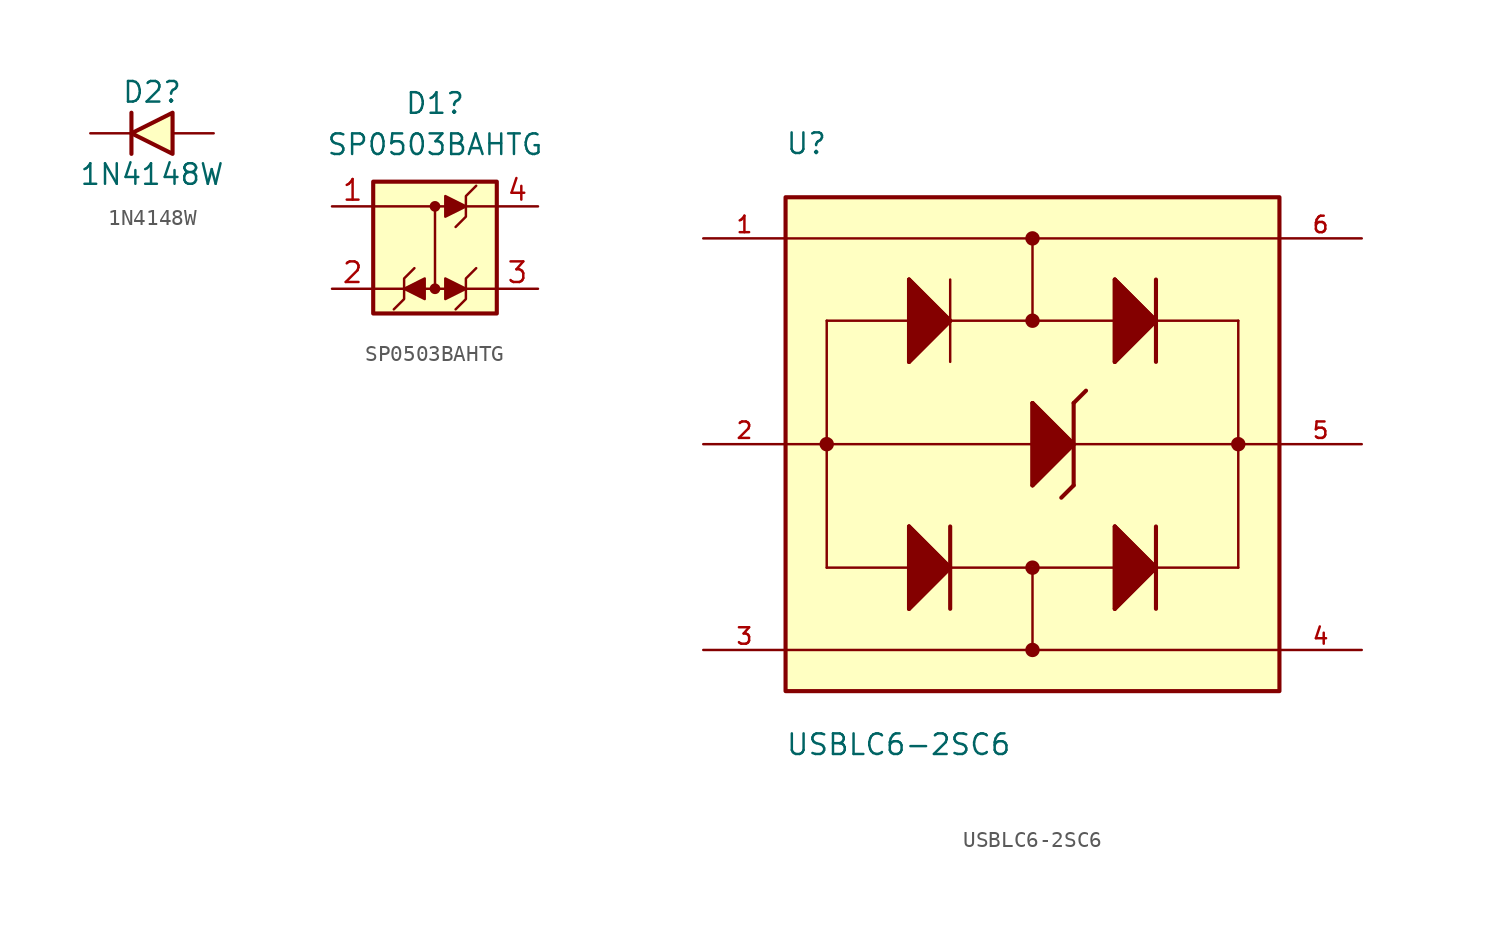
<source format=kicad_sym>
(kicad_symbol_lib
  (version 20211014)
  (generator kicad_symbol_editor)
  (symbol "1N4148W"
    (pin_numbers hide)
    (pin_names
      (offset 1.016) hide)
    (property "Reference" "D2"
      (at 0 2.54 0)
      (effects (font (size 1.27 1.27))))
    (property "Value" "1N4148W"
      (at 0 -2.54 0)
      (effects (font (size 1.27 1.27))))
    (symbol "1N4148W_0_1"
      (polyline (pts (xy -1.27 1.27) (xy -1.27 -1.27)) (stroke (width 0.254) (type default) (color 0 0 0 0)) (fill (type none)))
      (polyline (pts (xy 1.27 1.27) (xy 1.27 -1.27) (xy -1.27 0) (xy 1.27 1.27)) (stroke (width 0.254) (type default) (color 0 0 0 0)) (fill (type background))))
    (symbol "1N4148W_1_1"
      (pin passive line (at -3.81 0 0) (length 2.54) (name "K" (effects (font (size 1.27 1.27)))) (number "1" (effects (font (size 1.27 1.27)))))
      (pin passive line (at 3.81 0 180) (length 2.54) (name "A" (effects (font (size 1.27 1.27)))) (number "2" (effects (font (size 1.27 1.27)))))))
  (symbol "SP0503BAHTG"
    (pin_names
      (offset 1.016))
    (property "Reference" "D1"
      (at 0 8.89 0)
      (effects (font (size 1.27 1.27))))
    (property "Value" "SP0503BAHTG"
      (at 0 6.35 0)
      (effects (font (size 1.27 1.27))))
    (symbol "SP0503BAHTG_0_1"
      (circle (center 0 -2.54) (radius 0.254) (stroke (width 0) (type default) (color 0 0 0 0)) (fill (type outline)))
      (polyline (pts (xy -3.81 -2.54) (xy -1.905 -2.54)) (stroke (width 0) (type default) (color 0 0 0 0)) (fill (type none)))
      (polyline (pts (xy 0 -2.54) (xy 0 2.54)) (stroke (width 0) (type default) (color 0 0 0 0)) (fill (type none)))
      (polyline (pts (xy 0.635 -2.54) (xy -0.635 -2.54)) (stroke (width 0) (type default) (color 0 0 0 0)) (fill (type none)))
      (polyline (pts (xy 0.635 2.54) (xy -3.81 2.54)) (stroke (width 0) (type default) (color 0 0 0 0)) (fill (type none)))
      (polyline (pts (xy 1.905 -2.54) (xy 3.81 -2.54)) (stroke (width 0) (type default) (color 0 0 0 0)) (fill (type none)))
      (polyline (pts (xy 1.905 2.54) (xy 3.81 2.54)) (stroke (width 0) (type default) (color 0 0 0 0)) (fill (type none)))
      (polyline (pts (xy -1.905 -2.54) (xy -0.635 -1.905) (xy -0.635 -3.175) (xy -1.905 -2.54)) (stroke (width 0) (type default) (color 0 0 0 0)) (fill (type outline)))
      (polyline (pts (xy -1.27 -1.27) (xy -1.905 -1.905) (xy -1.905 -3.175) (xy -2.54 -3.81)) (stroke (width 0) (type default) (color 0 0 0 0)) (fill (type none)))
      (polyline (pts (xy 0.635 -1.905) (xy 0.635 -3.175) (xy 1.905 -2.54) (xy 0.635 -1.905)) (stroke (width 0) (type default) (color 0 0 0 0)) (fill (type outline)))
      (polyline (pts (xy 0.635 3.175) (xy 0.635 1.905) (xy 1.905 2.54) (xy 0.635 3.175)) (stroke (width 0) (type default) (color 0 0 0 0)) (fill (type outline)))
      (polyline (pts (xy 2.54 -1.27) (xy 1.905 -1.905) (xy 1.905 -3.175) (xy 1.27 -3.81)) (stroke (width 0) (type default) (color 0 0 0 0)) (fill (type none)))
      (polyline (pts (xy 2.54 3.81) (xy 1.905 3.175) (xy 1.905 1.905) (xy 1.27 1.27)) (stroke (width 0) (type default) (color 0 0 0 0)) (fill (type none)))
      (circle (center 0 2.54) (radius 0.254) (stroke (width 0) (type default) (color 0 0 0 0)) (fill (type outline)))
      (rectangle (start 3.81 4.064) (end -3.81 -4.064) (stroke (width 0.254) (type default) (color 0 0 0 0)) (fill (type background))))
    (symbol "SP0503BAHTG_1_1"
      (pin passive line (at -6.35 2.54 0) (length 2.54) (name "~" (effects (font (size 1.27 1.27)))) (number "1" (effects (font (size 1.27 1.27)))))
      (pin passive line (at -6.35 -2.54 0) (length 2.54) (name "~" (effects (font (size 1.27 1.27)))) (number "2" (effects (font (size 1.27 1.27)))))
      (pin passive line (at 6.35 -2.54 180) (length 2.54) (name "~" (effects (font (size 1.27 1.27)))) (number "3" (effects (font (size 1.27 1.27)))))
      (pin passive line (at 6.35 2.54 180) (length 2.54) (name "~" (effects (font (size 1.27 1.27)))) (number "4" (effects (font (size 1.27 1.27)))))))
  (symbol "USBLC6-2SC6"
    (pin_names
      (offset 1.016))
    (property "Reference" "U"
      (at -15.269 17.809 0)
      (effects (font (size 1.27 1.27)) (justify left bottom)))
    (property "Value" "USBLC6-2SC6"
      (at -15.256 -17.796 0)
      (effects (font (size 1.27 1.27)) (justify left top)))
    (symbol "USBLC6-2SC6_0_0"
      (rectangle (start -15.24 -15.24) (end 15.24 15.24) (stroke (width 0.254) (type default) (color 0 0 0 0)) (fill (type background)))
      (circle (center -12.7 0) (radius 0.254) (stroke (width 0.381) (type default) (color 0 0 0 0)) (fill (type none)))
      (circle (center 0 -12.7) (radius 0.254) (stroke (width 0.381) (type default) (color 0 0 0 0)) (fill (type none)))
      (circle (center 0 -7.62) (radius 0.254) (stroke (width 0.381) (type default) (color 0 0 0 0)) (fill (type none)))
      (polyline (pts (xy -15.24 -12.7) (xy 0 -12.7)) (stroke (width 0.152) (type default) (color 0 0 0 0)) (fill (type none)))
      (polyline (pts (xy -15.24 12.7) (xy 0 12.7)) (stroke (width 0.152) (type default) (color 0 0 0 0)) (fill (type none)))
      (polyline (pts (xy -12.7 -7.62) (xy -7.62 -7.62)) (stroke (width 0.152) (type default) (color 0 0 0 0)) (fill (type none)))
      (polyline (pts (xy -12.7 0) (xy -15.24 0)) (stroke (width 0.152) (type default) (color 0 0 0 0)) (fill (type none)))
      (polyline (pts (xy -12.7 0) (xy -12.7 -7.62)) (stroke (width 0.152) (type default) (color 0 0 0 0)) (fill (type none)))
      (polyline (pts (xy -12.7 0) (xy 0 0)) (stroke (width 0.152) (type default) (color 0 0 0 0)) (fill (type none)))
      (polyline (pts (xy -12.7 7.62) (xy -12.7 0)) (stroke (width 0.152) (type default) (color 0 0 0 0)) (fill (type none)))
      (polyline (pts (xy -12.7 7.62) (xy -7.62 7.62)) (stroke (width 0.152) (type default) (color 0 0 0 0)) (fill (type none)))
      (polyline (pts (xy -7.62 -10.16) (xy -7.62 -7.62)) (stroke (width 0.254) (type default) (color 0 0 0 0)) (fill (type none)))
      (polyline (pts (xy -7.62 -7.62) (xy -7.62 -5.08)) (stroke (width 0.254) (type default) (color 0 0 0 0)) (fill (type none)))
      (polyline (pts (xy -7.62 -5.08) (xy -5.08 -7.62)) (stroke (width 0.254) (type default) (color 0 0 0 0)) (fill (type none)))
      (polyline (pts (xy -7.62 5.08) (xy -7.62 7.62)) (stroke (width 0.254) (type default) (color 0 0 0 0)) (fill (type none)))
      (polyline (pts (xy -7.62 7.62) (xy -7.62 10.16)) (stroke (width 0.254) (type default) (color 0 0 0 0)) (fill (type none)))
      (polyline (pts (xy -7.62 10.16) (xy -5.08 7.62)) (stroke (width 0.254) (type default) (color 0 0 0 0)) (fill (type none)))
      (polyline (pts (xy -5.08 -7.62) (xy -7.62 -10.16)) (stroke (width 0.254) (type default) (color 0 0 0 0)) (fill (type none)))
      (polyline (pts (xy -5.08 -7.62) (xy -5.08 -10.16)) (stroke (width 0.254) (type default) (color 0 0 0 0)) (fill (type none)))
      (polyline (pts (xy -5.08 -7.62) (xy 0 -7.62)) (stroke (width 0.152) (type default) (color 0 0 0 0)) (fill (type none)))
      (polyline (pts (xy -5.08 -5.08) (xy -5.08 -7.62)) (stroke (width 0.254) (type default) (color 0 0 0 0)) (fill (type none)))
      (polyline (pts (xy -5.08 7.62) (xy -7.62 5.08)) (stroke (width 0.254) (type default) (color 0 0 0 0)) (fill (type none)))
      (polyline (pts (xy -5.08 7.62) (xy -5.08 5.08)) (stroke (width 0.152) (type default) (color 0 0 0 0)) (fill (type none)))
      (polyline (pts (xy -5.08 7.62) (xy 0 7.62)) (stroke (width 0.152) (type default) (color 0 0 0 0)) (fill (type none)))
      (polyline (pts (xy -5.08 10.16) (xy -5.08 7.62)) (stroke (width 0.152) (type default) (color 0 0 0 0)) (fill (type none)))
      (polyline (pts (xy 0 -7.62) (xy 0 -12.7)) (stroke (width 0.152) (type default) (color 0 0 0 0)) (fill (type none)))
      (polyline (pts (xy 0 -7.62) (xy 5.08 -7.62)) (stroke (width 0.152) (type default) (color 0 0 0 0)) (fill (type none)))
      (polyline (pts (xy 0 -2.54) (xy 0 0)) (stroke (width 0.254) (type default) (color 0 0 0 0)) (fill (type none)))
      (polyline (pts (xy 0 0) (xy 0 2.54)) (stroke (width 0.254) (type default) (color 0 0 0 0)) (fill (type none)))
      (polyline (pts (xy 0 2.54) (xy 2.54 0)) (stroke (width 0.254) (type default) (color 0 0 0 0)) (fill (type none)))
      (polyline (pts (xy 0 7.62) (xy 0 12.7)) (stroke (width 0.152) (type default) (color 0 0 0 0)) (fill (type none)))
      (polyline (pts (xy 0 7.62) (xy 5.08 7.62)) (stroke (width 0.152) (type default) (color 0 0 0 0)) (fill (type none)))
      (polyline (pts (xy 0 12.7) (xy 15.24 12.7)) (stroke (width 0.152) (type default) (color 0 0 0 0)) (fill (type none)))
      (polyline (pts (xy 2.54 -2.54) (xy 1.778 -3.302)) (stroke (width 0.254) (type default) (color 0 0 0 0)) (fill (type none)))
      (polyline (pts (xy 2.54 0) (xy 0 -2.54)) (stroke (width 0.254) (type default) (color 0 0 0 0)) (fill (type none)))
      (polyline (pts (xy 2.54 0) (xy 12.7 0)) (stroke (width 0.152) (type default) (color 0 0 0 0)) (fill (type none)))
      (polyline (pts (xy 2.54 2.54) (xy 2.54 -2.54)) (stroke (width 0.254) (type default) (color 0 0 0 0)) (fill (type none)))
      (polyline (pts (xy 2.54 2.54) (xy 3.302 3.302)) (stroke (width 0.254) (type default) (color 0 0 0 0)) (fill (type none)))
      (polyline (pts (xy 5.08 -10.16) (xy 5.08 -7.62)) (stroke (width 0.254) (type default) (color 0 0 0 0)) (fill (type none)))
      (polyline (pts (xy 5.08 -7.62) (xy 5.08 -5.08)) (stroke (width 0.254) (type default) (color 0 0 0 0)) (fill (type none)))
      (polyline (pts (xy 5.08 -5.08) (xy 7.62 -7.62)) (stroke (width 0.254) (type default) (color 0 0 0 0)) (fill (type none)))
      (polyline (pts (xy 5.08 5.08) (xy 5.08 7.62)) (stroke (width 0.254) (type default) (color 0 0 0 0)) (fill (type none)))
      (polyline (pts (xy 5.08 7.62) (xy 5.08 10.16)) (stroke (width 0.254) (type default) (color 0 0 0 0)) (fill (type none)))
      (polyline (pts (xy 5.08 10.16) (xy 7.62 7.62)) (stroke (width 0.254) (type default) (color 0 0 0 0)) (fill (type none)))
      (polyline (pts (xy 7.62 -7.62) (xy 5.08 -10.16)) (stroke (width 0.254) (type default) (color 0 0 0 0)) (fill (type none)))
      (polyline (pts (xy 7.62 -7.62) (xy 7.62 -10.16)) (stroke (width 0.254) (type default) (color 0 0 0 0)) (fill (type none)))
      (polyline (pts (xy 7.62 -7.62) (xy 12.7 -7.62)) (stroke (width 0.152) (type default) (color 0 0 0 0)) (fill (type none)))
      (polyline (pts (xy 7.62 -5.08) (xy 7.62 -7.62)) (stroke (width 0.254) (type default) (color 0 0 0 0)) (fill (type none)))
      (polyline (pts (xy 7.62 7.62) (xy 5.08 5.08)) (stroke (width 0.254) (type default) (color 0 0 0 0)) (fill (type none)))
      (polyline (pts (xy 7.62 7.62) (xy 7.62 5.08)) (stroke (width 0.254) (type default) (color 0 0 0 0)) (fill (type none)))
      (polyline (pts (xy 7.62 7.62) (xy 12.7 7.62)) (stroke (width 0.152) (type default) (color 0 0 0 0)) (fill (type none)))
      (polyline (pts (xy 7.62 10.16) (xy 7.62 7.62)) (stroke (width 0.254) (type default) (color 0 0 0 0)) (fill (type none)))
      (polyline (pts (xy 12.7 0) (xy 12.7 -7.62)) (stroke (width 0.152) (type default) (color 0 0 0 0)) (fill (type none)))
      (polyline (pts (xy 12.7 0) (xy 15.24 0)) (stroke (width 0.152) (type default) (color 0 0 0 0)) (fill (type none)))
      (polyline (pts (xy 12.7 7.62) (xy 12.7 0)) (stroke (width 0.152) (type default) (color 0 0 0 0)) (fill (type none)))
      (polyline (pts (xy 15.24 -12.7) (xy 0 -12.7)) (stroke (width 0.152) (type default) (color 0 0 0 0)) (fill (type none)))
      (polyline (pts (xy -7.62 -5.08) (xy -7.62 -10.16) (xy -5.08 -7.62) (xy -7.62 -5.08)) (stroke (width 0.254) (type default) (color 0 0 0 0)) (fill (type outline)))
      (polyline (pts (xy -7.62 10.16) (xy -7.62 5.08) (xy -5.08 7.62) (xy -7.62 10.16)) (stroke (width 0.254) (type default) (color 0 0 0 0)) (fill (type outline)))
      (polyline (pts (xy 0 2.54) (xy 0 -2.54) (xy 2.54 0) (xy 0 2.54)) (stroke (width 0.254) (type default) (color 0 0 0 0)) (fill (type outline)))
      (polyline (pts (xy 5.08 -5.08) (xy 5.08 -10.16) (xy 7.62 -7.62) (xy 5.08 -5.08)) (stroke (width 0.254) (type default) (color 0 0 0 0)) (fill (type outline)))
      (polyline (pts (xy 5.08 10.16) (xy 5.08 5.08) (xy 7.62 7.62) (xy 5.08 10.16)) (stroke (width 0.254) (type default) (color 0 0 0 0)) (fill (type outline)))
      (circle (center 0 7.62) (radius 0.254) (stroke (width 0.381) (type default) (color 0 0 0 0)) (fill (type none)))
      (circle (center 0 12.7) (radius 0.254) (stroke (width 0.381) (type default) (color 0 0 0 0)) (fill (type none)))
      (circle (center 12.7 0) (radius 0.254) (stroke (width 0.381) (type default) (color 0 0 0 0)) (fill (type none)))
      (pin bidirectional line (at -20.32 12.7 0) (length 5.08) (name "~" (effects (font (size 1.016 1.016)))) (number "1" (effects (font (size 1.016 1.016)))))
      (pin power_in line (at -20.32 0 0) (length 5.08) (name "~" (effects (font (size 1.016 1.016)))) (number "2" (effects (font (size 1.016 1.016)))))
      (pin bidirectional line (at -20.32 -12.7 0) (length 5.08) (name "~" (effects (font (size 1.016 1.016)))) (number "3" (effects (font (size 1.016 1.016)))))
      (pin bidirectional line (at 20.32 -12.7 180) (length 5.08) (name "~" (effects (font (size 1.016 1.016)))) (number "4" (effects (font (size 1.016 1.016)))))
      (pin power_in line (at 20.32 0 180) (length 5.08) (name "~" (effects (font (size 1.016 1.016)))) (number "5" (effects (font (size 1.016 1.016)))))
      (pin bidirectional line (at 20.32 12.7 180) (length 5.08) (name "~" (effects (font (size 1.016 1.016)))) (number "6" (effects (font (size 1.016 1.016))))))))
</source>
